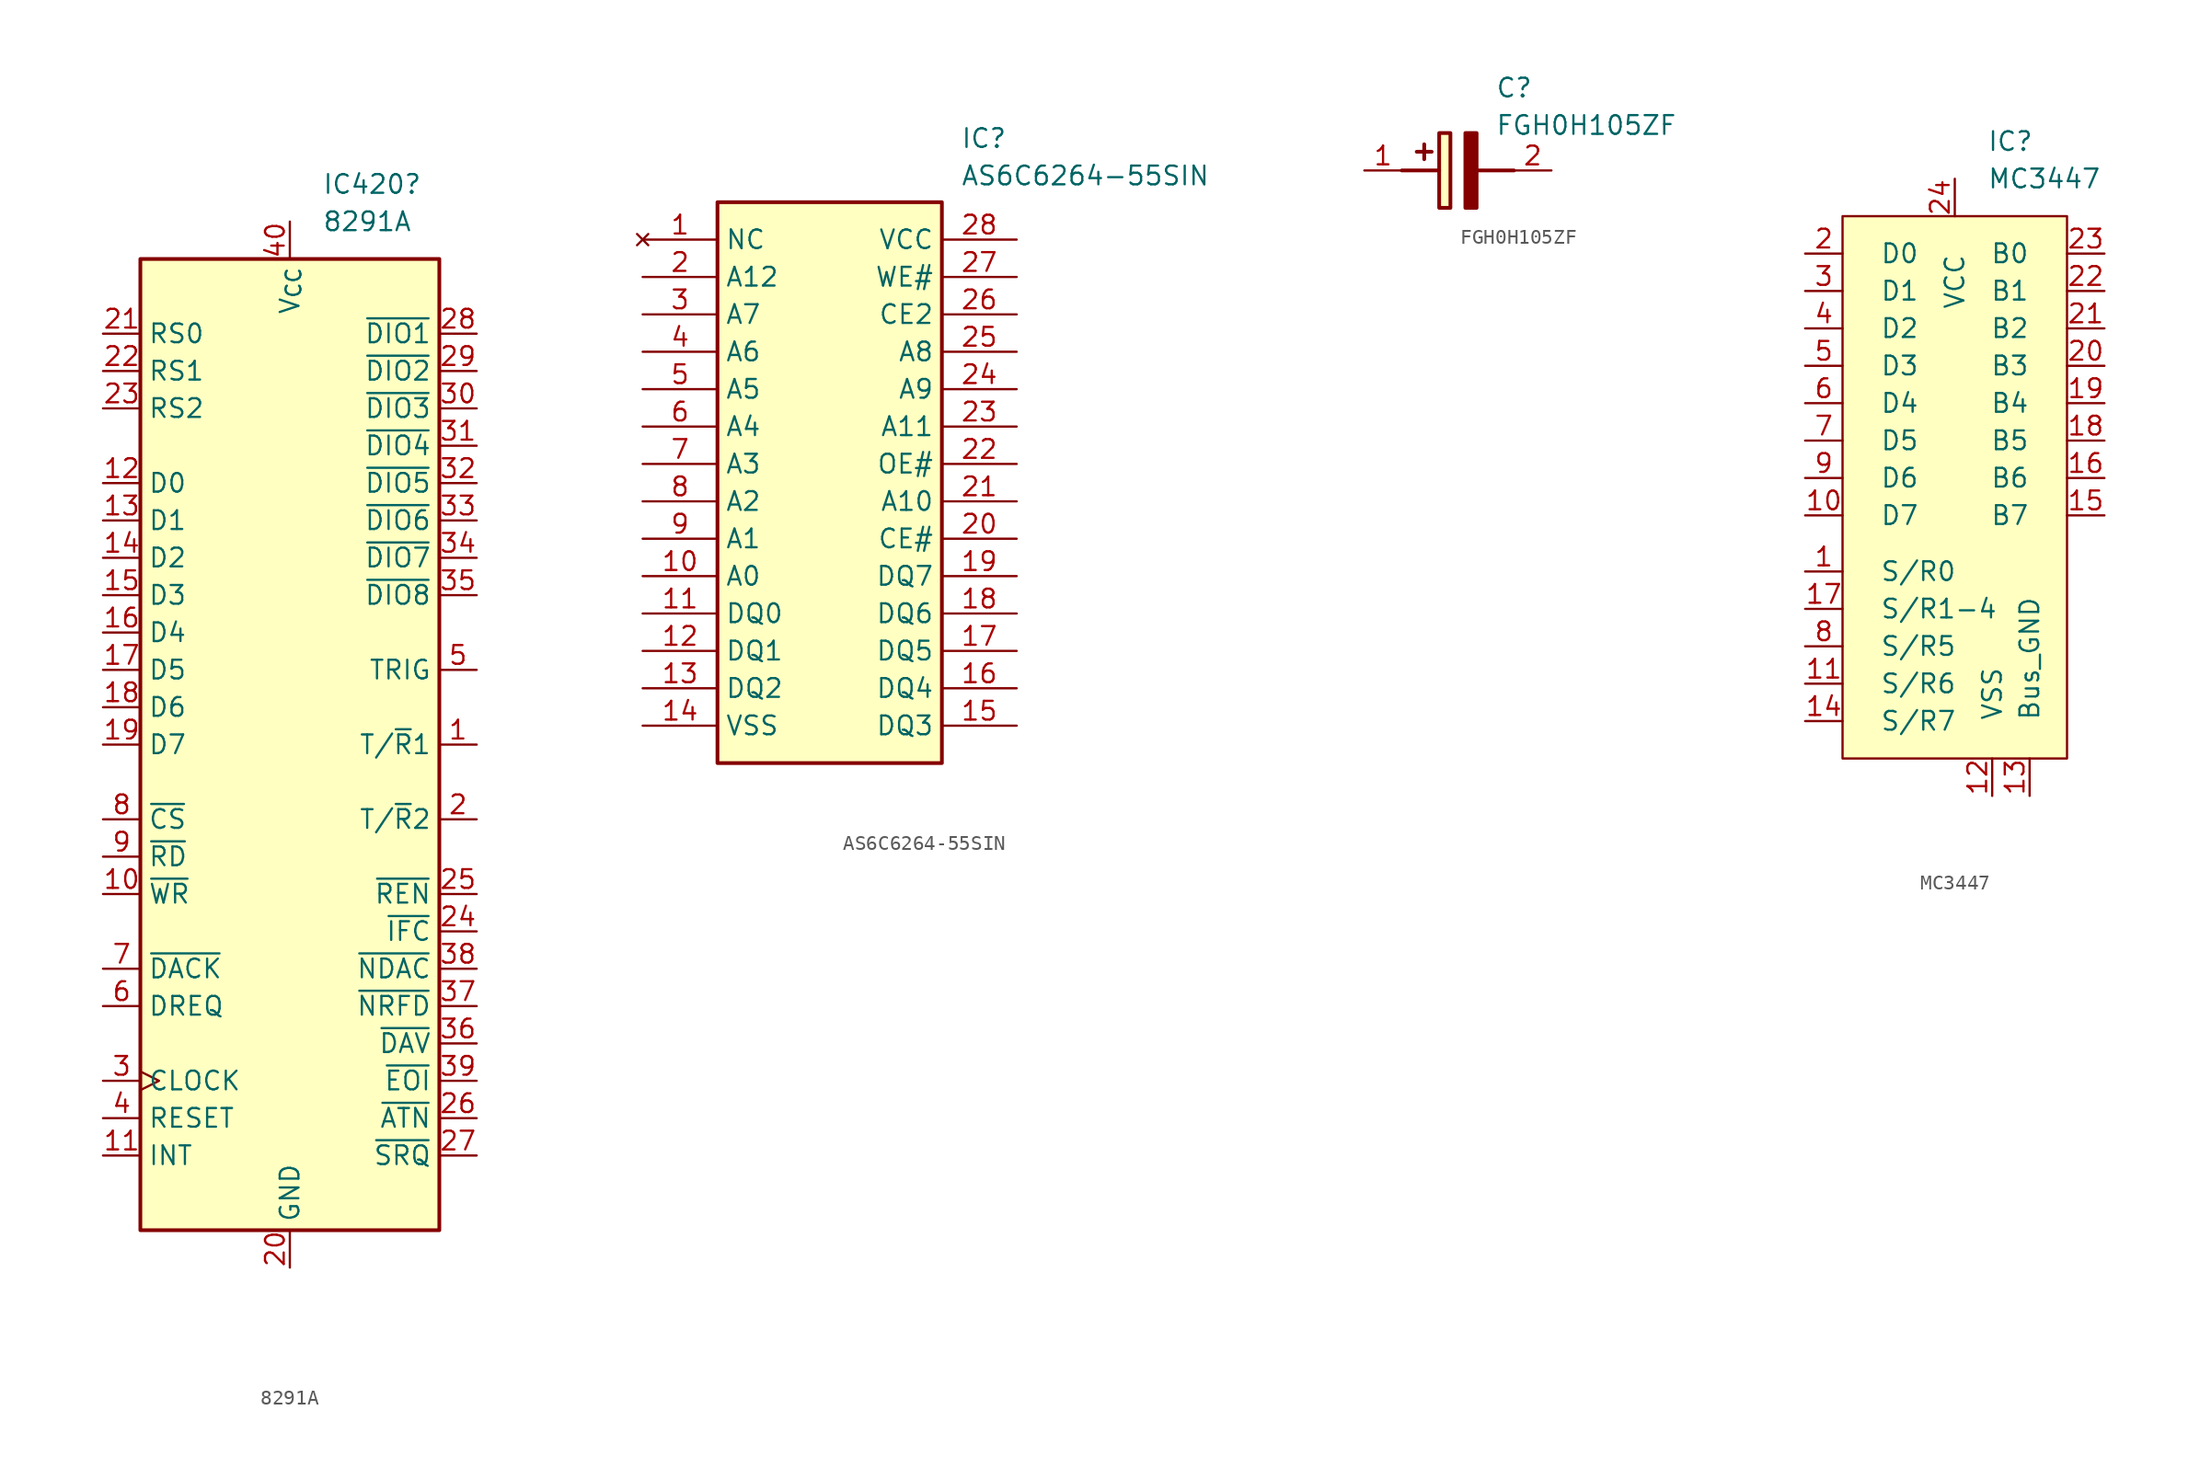
<source format=kicad_sym>
(kicad_symbol_lib
  (version 20241209)
  (generator "kicad_symbol_editor")
  (generator_version "9.0")
  (symbol "8291A"
    (property "Reference" "IC420"
      (at 2.194 38.1 0)
      (effects (font (size 1.27 1.27)) (justify left)))
    (property "Value" "8291A"
      (at 2.194 35.56 0)
      (effects (font (size 1.27 1.27)) (justify left)))
    (property "Description" ""
      (at 0 0 0)
      (effects (font (size 1.27 1.27))))
    (symbol "8291A_0_1"
      (rectangle (start -10.16 33.02) (end 10.16 -33.02) (stroke (width 0.254) (type default)) (fill (type background))))
    (symbol "8291A_1_1"
      (pin input line (at -12.7 27.94 0) (length 2.54) (name "RS0" (effects (font (size 1.27 1.27)))) (number "21" (effects (font (size 1.27 1.27)))))
      (pin input line (at -12.7 25.4 0) (length 2.54) (name "RS1" (effects (font (size 1.27 1.27)))) (number "22" (effects (font (size 1.27 1.27)))))
      (pin input line (at -12.7 22.86 0) (length 2.54) (name "RS2" (effects (font (size 1.27 1.27)))) (number "23" (effects (font (size 1.27 1.27)))))
      (pin bidirectional line (at -12.7 17.78 0) (length 2.54) (name "D0" (effects (font (size 1.27 1.27)))) (number "12" (effects (font (size 1.27 1.27)))))
      (pin bidirectional line (at -12.7 15.24 0) (length 2.54) (name "D1" (effects (font (size 1.27 1.27)))) (number "13" (effects (font (size 1.27 1.27)))))
      (pin bidirectional line (at -12.7 12.7 0) (length 2.54) (name "D2" (effects (font (size 1.27 1.27)))) (number "14" (effects (font (size 1.27 1.27)))))
      (pin bidirectional line (at -12.7 10.16 0) (length 2.54) (name "D3" (effects (font (size 1.27 1.27)))) (number "15" (effects (font (size 1.27 1.27)))))
      (pin bidirectional line (at -12.7 7.62 0) (length 2.54) (name "D4" (effects (font (size 1.27 1.27)))) (number "16" (effects (font (size 1.27 1.27)))))
      (pin bidirectional line (at -12.7 5.08 0) (length 2.54) (name "D5" (effects (font (size 1.27 1.27)))) (number "17" (effects (font (size 1.27 1.27)))))
      (pin bidirectional line (at -12.7 2.54 0) (length 2.54) (name "D6" (effects (font (size 1.27 1.27)))) (number "18" (effects (font (size 1.27 1.27)))))
      (pin bidirectional line (at -12.7 0 0) (length 2.54) (name "D7" (effects (font (size 1.27 1.27)))) (number "19" (effects (font (size 1.27 1.27)))))
      (pin input line (at -12.7 -5.08 0) (length 2.54) (name "~{CS}" (effects (font (size 1.27 1.27)))) (number "8" (effects (font (size 1.27 1.27)))))
      (pin input line (at -12.7 -7.62 0) (length 2.54) (name "~{RD}" (effects (font (size 1.27 1.27)))) (number "9" (effects (font (size 1.27 1.27)))))
      (pin input line (at -12.7 -10.16 0) (length 2.54) (name "~{WR}" (effects (font (size 1.27 1.27)))) (number "10" (effects (font (size 1.27 1.27)))))
      (pin input line (at -12.7 -15.24 0) (length 2.54) (name "~{DACK}" (effects (font (size 1.27 1.27)))) (number "7" (effects (font (size 1.27 1.27)))))
      (pin output line (at -12.7 -17.78 0) (length 2.54) (name "DREQ" (effects (font (size 1.27 1.27)))) (number "6" (effects (font (size 1.27 1.27)))))
      (pin input clock (at -12.7 -22.86 0) (length 2.54) (name "CLOCK" (effects (font (size 1.27 1.27)))) (number "3" (effects (font (size 1.27 1.27)))))
      (pin input line (at -12.7 -25.4 0) (length 2.54) (name "RESET" (effects (font (size 1.27 1.27)))) (number "4" (effects (font (size 1.27 1.27)))))
      (pin output line (at -12.7 -27.94 0) (length 2.54) (name "INT" (effects (font (size 1.27 1.27)))) (number "11" (effects (font (size 1.27 1.27)))))
      (pin power_in line (at 0 35.56 270) (length 2.54) (name "V_{CC}" (effects (font (size 1.27 1.27)))) (number "40" (effects (font (size 1.27 1.27)))))
      (pin power_in line (at 0 -35.56 90) (length 2.54) (name "GND" (effects (font (size 1.27 1.27)))) (number "20" (effects (font (size 1.27 1.27)))))
      (pin bidirectional line (at 12.7 27.94 180) (length 2.54) (name "~{DIO1}" (effects (font (size 1.27 1.27)))) (number "28" (effects (font (size 1.27 1.27)))))
      (pin bidirectional line (at 12.7 25.4 180) (length 2.54) (name "~{DIO2}" (effects (font (size 1.27 1.27)))) (number "29" (effects (font (size 1.27 1.27)))))
      (pin bidirectional line (at 12.7 22.86 180) (length 2.54) (name "~{DIO3}" (effects (font (size 1.27 1.27)))) (number "30" (effects (font (size 1.27 1.27)))))
      (pin bidirectional line (at 12.7 20.32 180) (length 2.54) (name "~{DIO4}" (effects (font (size 1.27 1.27)))) (number "31" (effects (font (size 1.27 1.27)))))
      (pin bidirectional line (at 12.7 17.78 180) (length 2.54) (name "~{DIO5}" (effects (font (size 1.27 1.27)))) (number "32" (effects (font (size 1.27 1.27)))))
      (pin bidirectional line (at 12.7 15.24 180) (length 2.54) (name "~{DIO6}" (effects (font (size 1.27 1.27)))) (number "33" (effects (font (size 1.27 1.27)))))
      (pin bidirectional line (at 12.7 12.7 180) (length 2.54) (name "~{DIO7}" (effects (font (size 1.27 1.27)))) (number "34" (effects (font (size 1.27 1.27)))))
      (pin bidirectional line (at 12.7 10.16 180) (length 2.54) (name "~{DIO8}" (effects (font (size 1.27 1.27)))) (number "35" (effects (font (size 1.27 1.27)))))
      (pin output line (at 12.7 5.08 180) (length 2.54) (name "TRIG" (effects (font (size 1.27 1.27)))) (number "5" (effects (font (size 1.27 1.27)))))
      (pin output line (at 12.7 0 180) (length 2.54) (name "T/~{R}1" (effects (font (size 1.27 1.27)))) (number "1" (effects (font (size 1.27 1.27)))))
      (pin output line (at 12.7 -5.08 180) (length 2.54) (name "T/~{R}2" (effects (font (size 1.27 1.27)))) (number "2" (effects (font (size 1.27 1.27)))))
      (pin input line (at 12.7 -10.16 180) (length 2.54) (name "~{REN}" (effects (font (size 1.27 1.27)))) (number "25" (effects (font (size 1.27 1.27)))))
      (pin input line (at 12.7 -12.7 180) (length 2.54) (name "~{IFC}" (effects (font (size 1.27 1.27)))) (number "24" (effects (font (size 1.27 1.27)))))
      (pin bidirectional line (at 12.7 -15.24 180) (length 2.54) (name "~{NDAC}" (effects (font (size 1.27 1.27)))) (number "38" (effects (font (size 1.27 1.27)))))
      (pin bidirectional line (at 12.7 -17.78 180) (length 2.54) (name "~{NRFD}" (effects (font (size 1.27 1.27)))) (number "37" (effects (font (size 1.27 1.27)))))
      (pin bidirectional line (at 12.7 -20.32 180) (length 2.54) (name "~{DAV}" (effects (font (size 1.27 1.27)))) (number "36" (effects (font (size 1.27 1.27)))))
      (pin bidirectional line (at 12.7 -22.86 180) (length 2.54) (name "~{EOI}" (effects (font (size 1.27 1.27)))) (number "39" (effects (font (size 1.27 1.27)))))
      (pin input line (at 12.7 -25.4 180) (length 2.54) (name "~{ATN}" (effects (font (size 1.27 1.27)))) (number "26" (effects (font (size 1.27 1.27)))))
      (pin output line (at 12.7 -27.94 180) (length 2.54) (name "~{SRQ}" (effects (font (size 1.27 1.27)))) (number "27" (effects (font (size 1.27 1.27)))))))
  (symbol "AS6C6264-55SIN"
    (property "Reference" "IC"
      (at 21.59 7.62 0)
      (effects (font (size 1.27 1.27)) (justify left top)))
    (property "Value" "AS6C6264-55SIN"
      (at 21.59 5.08 0)
      (effects (font (size 1.27 1.27)) (justify left top)))
    (symbol "AS6C6264-55SIN_1_1"
      (rectangle (start 5.08 2.54) (end 20.32 -35.56) (stroke (width 0.254) (type default)) (fill (type background)))
      (pin no_connect line (at 0 0 0) (length 5.08) (name "NC" (effects (font (size 1.27 1.27)))) (number "1" (effects (font (size 1.27 1.27)))))
      (pin input line (at 0 -2.54 0) (length 5.08) (name "A12" (effects (font (size 1.27 1.27)))) (number "2" (effects (font (size 1.27 1.27)))))
      (pin input line (at 0 -5.08 0) (length 5.08) (name "A7" (effects (font (size 1.27 1.27)))) (number "3" (effects (font (size 1.27 1.27)))))
      (pin input line (at 0 -7.62 0) (length 5.08) (name "A6" (effects (font (size 1.27 1.27)))) (number "4" (effects (font (size 1.27 1.27)))))
      (pin input line (at 0 -10.16 0) (length 5.08) (name "A5" (effects (font (size 1.27 1.27)))) (number "5" (effects (font (size 1.27 1.27)))))
      (pin input line (at 0 -12.7 0) (length 5.08) (name "A4" (effects (font (size 1.27 1.27)))) (number "6" (effects (font (size 1.27 1.27)))))
      (pin input line (at 0 -15.24 0) (length 5.08) (name "A3" (effects (font (size 1.27 1.27)))) (number "7" (effects (font (size 1.27 1.27)))))
      (pin input line (at 0 -17.78 0) (length 5.08) (name "A2" (effects (font (size 1.27 1.27)))) (number "8" (effects (font (size 1.27 1.27)))))
      (pin input line (at 0 -20.32 0) (length 5.08) (name "A1" (effects (font (size 1.27 1.27)))) (number "9" (effects (font (size 1.27 1.27)))))
      (pin input line (at 0 -22.86 0) (length 5.08) (name "A0" (effects (font (size 1.27 1.27)))) (number "10" (effects (font (size 1.27 1.27)))))
      (pin bidirectional line (at 0 -25.4 0) (length 5.08) (name "DQ0" (effects (font (size 1.27 1.27)))) (number "11" (effects (font (size 1.27 1.27)))))
      (pin bidirectional line (at 0 -27.94 0) (length 5.08) (name "DQ1" (effects (font (size 1.27 1.27)))) (number "12" (effects (font (size 1.27 1.27)))))
      (pin bidirectional line (at 0 -30.48 0) (length 5.08) (name "DQ2" (effects (font (size 1.27 1.27)))) (number "13" (effects (font (size 1.27 1.27)))))
      (pin power_in line (at 0 -33.02 0) (length 5.08) (name "VSS" (effects (font (size 1.27 1.27)))) (number "14" (effects (font (size 1.27 1.27)))))
      (pin power_in line (at 25.4 0 180) (length 5.08) (name "VCC" (effects (font (size 1.27 1.27)))) (number "28" (effects (font (size 1.27 1.27)))))
      (pin input line (at 25.4 -2.54 180) (length 5.08) (name "WE#" (effects (font (size 1.27 1.27)))) (number "27" (effects (font (size 1.27 1.27)))))
      (pin input line (at 25.4 -5.08 180) (length 5.08) (name "CE2" (effects (font (size 1.27 1.27)))) (number "26" (effects (font (size 1.27 1.27)))))
      (pin input line (at 25.4 -7.62 180) (length 5.08) (name "A8" (effects (font (size 1.27 1.27)))) (number "25" (effects (font (size 1.27 1.27)))))
      (pin input line (at 25.4 -10.16 180) (length 5.08) (name "A9" (effects (font (size 1.27 1.27)))) (number "24" (effects (font (size 1.27 1.27)))))
      (pin input line (at 25.4 -12.7 180) (length 5.08) (name "A11" (effects (font (size 1.27 1.27)))) (number "23" (effects (font (size 1.27 1.27)))))
      (pin input line (at 25.4 -15.24 180) (length 5.08) (name "OE#" (effects (font (size 1.27 1.27)))) (number "22" (effects (font (size 1.27 1.27)))))
      (pin input line (at 25.4 -17.78 180) (length 5.08) (name "A10" (effects (font (size 1.27 1.27)))) (number "21" (effects (font (size 1.27 1.27)))))
      (pin input line (at 25.4 -20.32 180) (length 5.08) (name "CE#" (effects (font (size 1.27 1.27)))) (number "20" (effects (font (size 1.27 1.27)))))
      (pin bidirectional line (at 25.4 -22.86 180) (length 5.08) (name "DQ7" (effects (font (size 1.27 1.27)))) (number "19" (effects (font (size 1.27 1.27)))))
      (pin bidirectional line (at 25.4 -25.4 180) (length 5.08) (name "DQ6" (effects (font (size 1.27 1.27)))) (number "18" (effects (font (size 1.27 1.27)))))
      (pin bidirectional line (at 25.4 -27.94 180) (length 5.08) (name "DQ5" (effects (font (size 1.27 1.27)))) (number "17" (effects (font (size 1.27 1.27)))))
      (pin bidirectional line (at 25.4 -30.48 180) (length 5.08) (name "DQ4" (effects (font (size 1.27 1.27)))) (number "16" (effects (font (size 1.27 1.27)))))
      (pin bidirectional line (at 25.4 -33.02 180) (length 5.08) (name "DQ3" (effects (font (size 1.27 1.27)))) (number "15" (effects (font (size 1.27 1.27)))))))
  (symbol "FGH0H105ZF"
    (pin_names
      (hide yes))
    (property "Reference" "C"
      (at 8.89 6.35 0)
      (effects (font (size 1.27 1.27)) (justify left top)))
    (property "Value" "FGH0H105ZF"
      (at 8.89 3.81 0)
      (effects (font (size 1.27 1.27)) (justify left top)))
    (symbol "FGH0H105ZF_1_1"
      (polyline (pts (xy 2.54 0) (xy 5.08 0)) (stroke (width 0.254) (type default)) (fill (type none)))
      (polyline (pts (xy 4.064 1.778) (xy 4.064 0.762)) (stroke (width 0.254) (type default)) (fill (type none)))
      (polyline (pts (xy 4.572 1.27) (xy 3.556 1.27)) (stroke (width 0.254) (type default)) (fill (type none)))
      (rectangle (start 5.08 2.54) (end 5.842 -2.54) (stroke (width 0.254) (type default)) (fill (type background)))
      (polyline (pts (xy 7.62 2.54) (xy 7.62 -2.54) (xy 6.858 -2.54) (xy 6.858 2.54) (xy 7.62 2.54)) (stroke (width 0.254) (type default)) (fill (type outline)))
      (polyline (pts (xy 7.62 0) (xy 10.16 0)) (stroke (width 0.254) (type default)) (fill (type none)))
      (pin passive line (at 0 0 0) (length 2.54) (name "+" (effects (font (size 1.27 1.27)))) (number "1" (effects (font (size 1.27 1.27)))))
      (pin passive line (at 12.7 0 180) (length 2.54) (name "-" (effects (font (size 1.27 1.27)))) (number "2" (effects (font (size 1.27 1.27)))))))
  (symbol "MC3447"
    (pin_names
      (offset 2.54))
    (property "Reference" "IC"
      (at 9.814 5.08 0)
      (effects (font (size 1.27 1.27)) (justify left)))
    (property "Value" "MC3447"
      (at 9.814 2.54 0)
      (effects (font (size 1.27 1.27)) (justify left)))
    (symbol "MC3447_1_1"
      (rectangle (start 0 0) (end 15.24 -36.83) (stroke (width 0) (type solid)) (fill (type background)))
      (pin bidirectional line (at -2.54 -2.54 0) (length 2.54) (name "D0" (effects (font (size 1.27 1.27)))) (number "2" (effects (font (size 1.27 1.27)))))
      (pin bidirectional line (at -2.54 -5.08 0) (length 2.54) (name "D1" (effects (font (size 1.27 1.27)))) (number "3" (effects (font (size 1.27 1.27)))))
      (pin bidirectional line (at -2.54 -7.62 0) (length 2.54) (name "D2" (effects (font (size 1.27 1.27)))) (number "4" (effects (font (size 1.27 1.27)))))
      (pin bidirectional line (at -2.54 -10.16 0) (length 2.54) (name "D3" (effects (font (size 1.27 1.27)))) (number "5" (effects (font (size 1.27 1.27)))))
      (pin bidirectional line (at -2.54 -12.7 0) (length 2.54) (name "D4" (effects (font (size 1.27 1.27)))) (number "6" (effects (font (size 1.27 1.27)))))
      (pin bidirectional line (at -2.54 -15.24 0) (length 2.54) (name "D5" (effects (font (size 1.27 1.27)))) (number "7" (effects (font (size 1.27 1.27)))))
      (pin bidirectional line (at -2.54 -17.78 0) (length 2.54) (name "D6" (effects (font (size 1.27 1.27)))) (number "9" (effects (font (size 1.27 1.27)))))
      (pin bidirectional line (at -2.54 -20.32 0) (length 2.54) (name "D7" (effects (font (size 1.27 1.27)))) (number "10" (effects (font (size 1.27 1.27)))))
      (pin input line (at -2.54 -24.13 0) (length 2.54) (name "S/R0" (effects (font (size 1.27 1.27)))) (number "1" (effects (font (size 1.27 1.27)))))
      (pin input line (at -2.54 -26.67 0) (length 2.54) (name "S/R1-4" (effects (font (size 1.27 1.27)))) (number "17" (effects (font (size 1.27 1.27)))))
      (pin input line (at -2.54 -29.21 0) (length 2.54) (name "S/R5" (effects (font (size 1.27 1.27)))) (number "8" (effects (font (size 1.27 1.27)))))
      (pin input line (at -2.54 -31.75 0) (length 2.54) (name "S/R6" (effects (font (size 1.27 1.27)))) (number "11" (effects (font (size 1.27 1.27)))))
      (pin input line (at -2.54 -34.29 0) (length 2.54) (name "S/R7" (effects (font (size 1.27 1.27)))) (number "14" (effects (font (size 1.27 1.27)))))
      (pin power_in line (at 7.62 2.54 270) (length 2.54) (name "VCC" (effects (font (size 1.27 1.27)))) (number "24" (effects (font (size 1.27 1.27)))))
      (pin power_in line (at 10.16 -39.37 90) (length 2.54) (name "VSS" (effects (font (size 1.27 1.27)))) (number "12" (effects (font (size 1.27 1.27)))))
      (pin power_in line (at 12.7 -39.37 90) (length 2.54) (name "Bus_GND" (effects (font (size 1.27 1.27)))) (number "13" (effects (font (size 1.27 1.27)))))
      (pin bidirectional line (at 17.78 -2.54 180) (length 2.54) (name "B0" (effects (font (size 1.27 1.27)))) (number "23" (effects (font (size 1.27 1.27)))))
      (pin bidirectional line (at 17.78 -5.08 180) (length 2.54) (name "B1" (effects (font (size 1.27 1.27)))) (number "22" (effects (font (size 1.27 1.27)))))
      (pin bidirectional line (at 17.78 -7.62 180) (length 2.54) (name "B2" (effects (font (size 1.27 1.27)))) (number "21" (effects (font (size 1.27 1.27)))))
      (pin bidirectional line (at 17.78 -10.16 180) (length 2.54) (name "B3" (effects (font (size 1.27 1.27)))) (number "20" (effects (font (size 1.27 1.27)))))
      (pin bidirectional line (at 17.78 -12.7 180) (length 2.54) (name "B4" (effects (font (size 1.27 1.27)))) (number "19" (effects (font (size 1.27 1.27)))))
      (pin bidirectional line (at 17.78 -15.24 180) (length 2.54) (name "B5" (effects (font (size 1.27 1.27)))) (number "18" (effects (font (size 1.27 1.27)))))
      (pin bidirectional line (at 17.78 -17.78 180) (length 2.54) (name "B6" (effects (font (size 1.27 1.27)))) (number "16" (effects (font (size 1.27 1.27)))))
      (pin bidirectional line (at 17.78 -20.32 180) (length 2.54) (name "B7" (effects (font (size 1.27 1.27)))) (number "15" (effects (font (size 1.27 1.27))))))))
</source>
